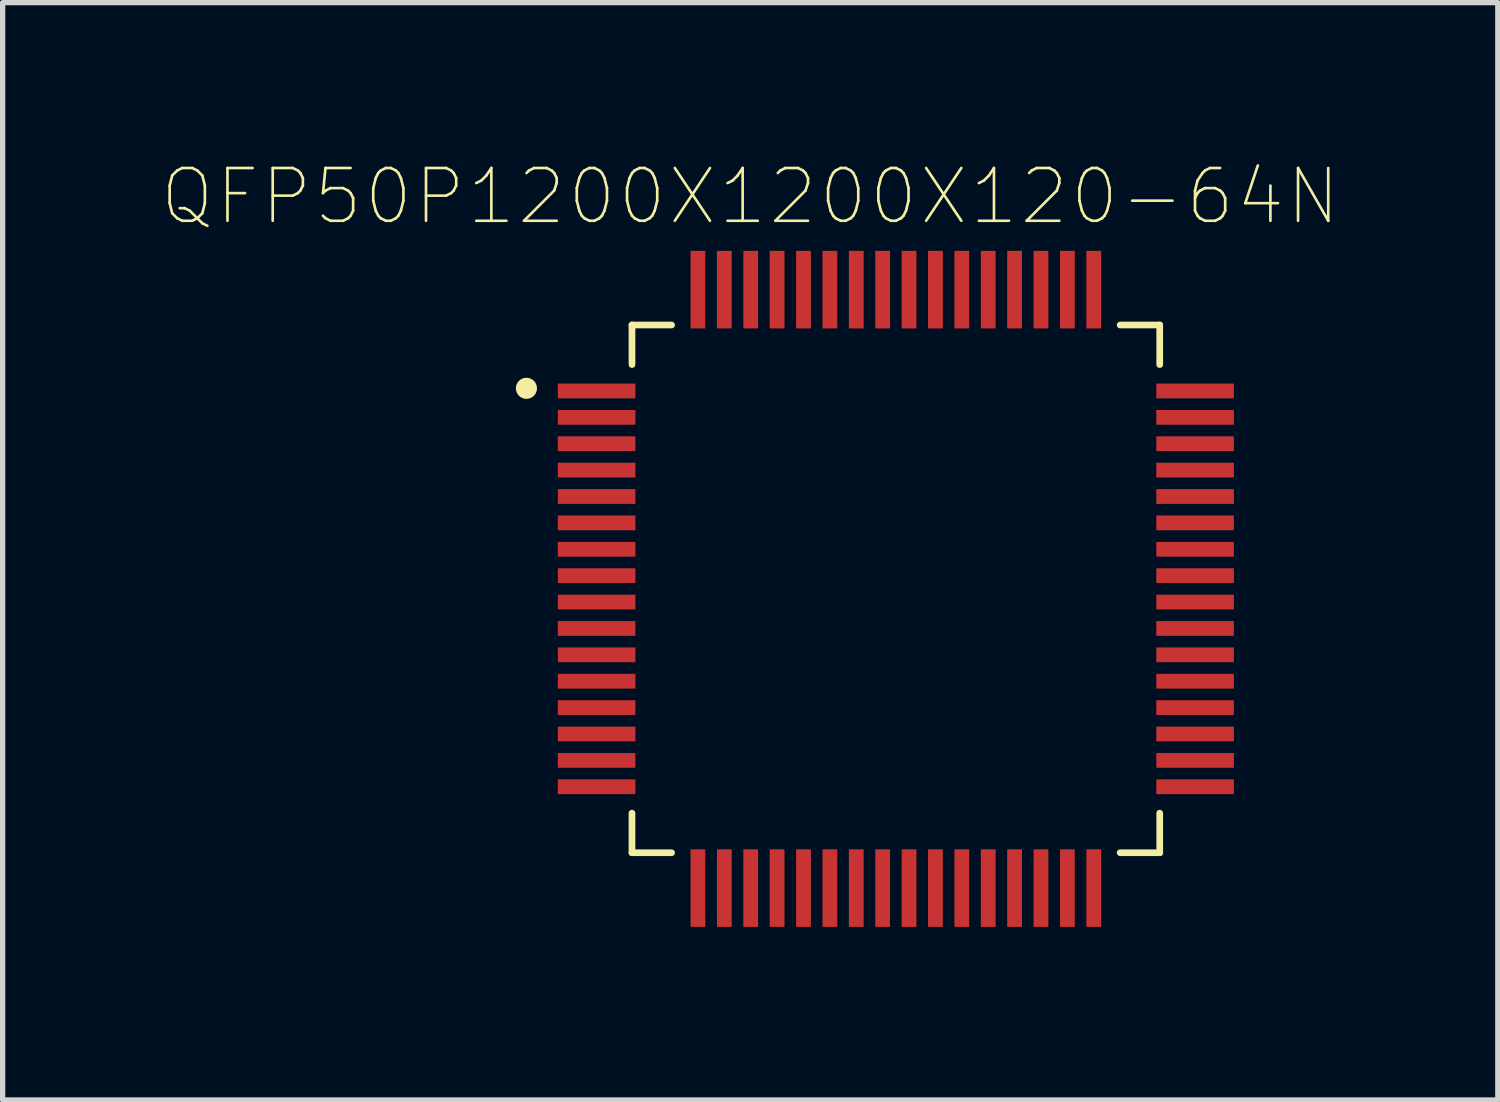
<source format=kicad_pcb>
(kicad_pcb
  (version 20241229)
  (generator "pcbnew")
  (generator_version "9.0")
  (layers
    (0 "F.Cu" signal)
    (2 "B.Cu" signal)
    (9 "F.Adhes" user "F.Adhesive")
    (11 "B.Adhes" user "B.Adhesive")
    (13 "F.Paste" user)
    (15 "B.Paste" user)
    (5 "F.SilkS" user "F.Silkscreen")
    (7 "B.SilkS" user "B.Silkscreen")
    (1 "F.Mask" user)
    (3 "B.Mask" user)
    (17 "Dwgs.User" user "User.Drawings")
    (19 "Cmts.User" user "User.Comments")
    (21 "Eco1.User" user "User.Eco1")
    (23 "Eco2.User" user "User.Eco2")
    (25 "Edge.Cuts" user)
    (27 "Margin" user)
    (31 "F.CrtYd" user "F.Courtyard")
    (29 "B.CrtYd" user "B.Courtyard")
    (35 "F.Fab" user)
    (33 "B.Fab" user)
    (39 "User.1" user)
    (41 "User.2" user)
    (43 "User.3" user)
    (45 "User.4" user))
  (footprint "QFP50P1200X1200X120-64N"
    (layer "F.Cu")
    (at 13.925 8.108)
    (property "Reference" "QFP50P1200X1200X120-64N" (at -2.76 -7.435 0) (layer "F.SilkS") (effects (font (size 1 1) (thickness 0.05))))
    (attr smd)
    (fp_line (start -5 -5) (end -4.25 -5) (stroke (width 0.127) (type solid)) (layer "F.SilkS"))
    (fp_line (start -5 -4.25) (end -5 -5) (stroke (width 0.127) (type solid)) (layer "F.SilkS"))
    (fp_line (start -5 4.25) (end -5 5) (stroke (width 0.127) (type solid)) (layer "F.SilkS"))
    (fp_line (start -5 5) (end -4.25 5) (stroke (width 0.127) (type solid)) (layer "F.SilkS"))
    (fp_line (start 4.25 -5) (end 5 -5) (stroke (width 0.127) (type solid)) (layer "F.SilkS"))
    (fp_line (start 4.25 5) (end 5 5) (stroke (width 0.127) (type solid)) (layer "F.SilkS"))
    (fp_line (start 5 -5) (end 5 -4.25) (stroke (width 0.127) (type solid)) (layer "F.SilkS"))
    (fp_line (start 5 5) (end 5 4.25) (stroke (width 0.127) (type solid)) (layer "F.SilkS"))
    (fp_circle (center -7 -3.8) (end -6.9 -3.8) (stroke (width 0.2) (type solid)) (fill no) (layer "F.SilkS"))
    (fp_line (start -6.66 -4.14) (end -5.25 -4.14) (stroke (width 0.05) (type solid)) (layer "Eco1.User"))
    (fp_line (start -6.66 4.14) (end -6.66 -4.14) (stroke (width 0.05) (type solid)) (layer "Eco1.User"))
    (fp_line (start -5.25 -5.25) (end -4.14 -5.25) (stroke (width 0.05) (type solid)) (layer "Eco1.User"))
    (fp_line (start -5.25 -4.14) (end -5.25 -5.25) (stroke (width 0.05) (type solid)) (layer "Eco1.User"))
    (fp_line (start -5.25 4.14) (end -6.66 4.14) (stroke (width 0.05) (type solid)) (layer "Eco1.User"))
    (fp_line (start -5.25 5.25) (end -5.25 4.14) (stroke (width 0.05) (type solid)) (layer "Eco1.User"))
    (fp_line (start -4.14 -6.66) (end 4.14 -6.66) (stroke (width 0.05) (type solid)) (layer "Eco1.User"))
    (fp_line (start -4.14 -5.25) (end -4.14 -6.66) (stroke (width 0.05) (type solid)) (layer "Eco1.User"))
    (fp_line (start -4.14 5.25) (end -5.25 5.25) (stroke (width 0.05) (type solid)) (layer "Eco1.User"))
    (fp_line (start -4.14 6.66) (end -4.14 5.25) (stroke (width 0.05) (type solid)) (layer "Eco1.User"))
    (fp_line (start 4.14 -6.66) (end 4.14 -5.25) (stroke (width 0.05) (type solid)) (layer "Eco1.User"))
    (fp_line (start 4.14 -5.25) (end 5.25 -5.25) (stroke (width 0.05) (type solid)) (layer "Eco1.User"))
    (fp_line (start 4.14 5.25) (end 4.14 6.66) (stroke (width 0.05) (type solid)) (layer "Eco1.User"))
    (fp_line (start 4.14 6.66) (end -4.14 6.66) (stroke (width 0.05) (type solid)) (layer "Eco1.User"))
    (fp_line (start 5.25 -5.25) (end 5.25 -4.14) (stroke (width 0.05) (type solid)) (layer "Eco1.User"))
    (fp_line (start 5.25 -4.14) (end 6.66 -4.14) (stroke (width 0.05) (type solid)) (layer "Eco1.User"))
    (fp_line (start 5.25 4.14) (end 5.25 5.25) (stroke (width 0.05) (type solid)) (layer "Eco1.User"))
    (fp_line (start 5.25 5.25) (end 4.14 5.25) (stroke (width 0.05) (type solid)) (layer "Eco1.User"))
    (fp_line (start 6.66 -4.14) (end 6.66 4.14) (stroke (width 0.05) (type solid)) (layer "Eco1.User"))
    (fp_line (start 6.66 4.14) (end 5.25 4.14) (stroke (width 0.05) (type solid)) (layer "Eco1.User"))
    (fp_line (start -5 -5) (end 5 -5) (stroke (width 0.127) (type solid)) (layer "Eco2.User"))
    (fp_line (start -5 5) (end -5 -5) (stroke (width 0.127) (type solid)) (layer "Eco2.User"))
    (fp_line (start 5 -5) (end 5 5) (stroke (width 0.127) (type solid)) (layer "Eco2.User"))
    (fp_line (start 5 5) (end -5 5) (stroke (width 0.127) (type solid)) (layer "Eco2.User"))
    (fp_circle (center -7 -3.8) (end -6.9 -3.8) (stroke (width 0.2) (type solid)) (fill no) (layer "Eco2.User"))
    (pad "1" smd rect (at -5.67 -3.75) (size 1.47 0.28) (layers "F.Cu" "F.Mask" "F.Paste"))
    (pad "2" smd rect (at -5.67 -3.25) (size 1.47 0.28) (layers "F.Cu" "F.Mask" "F.Paste"))
    (pad "3" smd rect (at -5.67 -2.75) (size 1.47 0.28) (layers "F.Cu" "F.Mask" "F.Paste"))
    (pad "4" smd rect (at -5.67 -2.25) (size 1.47 0.28) (layers "F.Cu" "F.Mask" "F.Paste"))
    (pad "5" smd rect (at -5.67 -1.75) (size 1.47 0.28) (layers "F.Cu" "F.Mask" "F.Paste"))
    (pad "6" smd rect (at -5.67 -1.25) (size 1.47 0.28) (layers "F.Cu" "F.Mask" "F.Paste"))
    (pad "7" smd rect (at -5.67 -0.75) (size 1.47 0.28) (layers "F.Cu" "F.Mask" "F.Paste"))
    (pad "8" smd rect (at -5.67 -0.25) (size 1.47 0.28) (layers "F.Cu" "F.Mask" "F.Paste"))
    (pad "9" smd rect (at -5.67 0.25) (size 1.47 0.28) (layers "F.Cu" "F.Mask" "F.Paste"))
    (pad "10" smd rect (at -5.67 0.75) (size 1.47 0.28) (layers "F.Cu" "F.Mask" "F.Paste"))
    (pad "11" smd rect (at -5.67 1.25) (size 1.47 0.28) (layers "F.Cu" "F.Mask" "F.Paste"))
    (pad "12" smd rect (at -5.67 1.75) (size 1.47 0.28) (layers "F.Cu" "F.Mask" "F.Paste"))
    (pad "13" smd rect (at -5.67 2.25) (size 1.47 0.28) (layers "F.Cu" "F.Mask" "F.Paste"))
    (pad "14" smd rect (at -5.67 2.75) (size 1.47 0.28) (layers "F.Cu" "F.Mask" "F.Paste"))
    (pad "15" smd rect (at -5.67 3.25) (size 1.47 0.28) (layers "F.Cu" "F.Mask" "F.Paste"))
    (pad "16" smd rect (at -5.67 3.75) (size 1.47 0.28) (layers "F.Cu" "F.Mask" "F.Paste"))
    (pad "17" smd rect (at -3.75 5.67 90) (size 1.47 0.28) (layers "F.Cu" "F.Mask" "F.Paste"))
    (pad "18" smd rect (at -3.25 5.67 90) (size 1.47 0.28) (layers "F.Cu" "F.Mask" "F.Paste"))
    (pad "19" smd rect (at -2.75 5.67 90) (size 1.47 0.28) (layers "F.Cu" "F.Mask" "F.Paste"))
    (pad "20" smd rect (at -2.25 5.67 90) (size 1.47 0.28) (layers "F.Cu" "F.Mask" "F.Paste"))
    (pad "21" smd rect (at -1.75 5.67 90) (size 1.47 0.28) (layers "F.Cu" "F.Mask" "F.Paste"))
    (pad "22" smd rect (at -1.25 5.67 90) (size 1.47 0.28) (layers "F.Cu" "F.Mask" "F.Paste"))
    (pad "23" smd rect (at -0.75 5.67 90) (size 1.47 0.28) (layers "F.Cu" "F.Mask" "F.Paste"))
    (pad "24" smd rect (at -0.25 5.67 90) (size 1.47 0.28) (layers "F.Cu" "F.Mask" "F.Paste"))
    (pad "25" smd rect (at 0.25 5.67 90) (size 1.47 0.28) (layers "F.Cu" "F.Mask" "F.Paste"))
    (pad "26" smd rect (at 0.75 5.67 90) (size 1.47 0.28) (layers "F.Cu" "F.Mask" "F.Paste"))
    (pad "27" smd rect (at 1.25 5.67 90) (size 1.47 0.28) (layers "F.Cu" "F.Mask" "F.Paste"))
    (pad "28" smd rect (at 1.75 5.67 90) (size 1.47 0.28) (layers "F.Cu" "F.Mask" "F.Paste"))
    (pad "29" smd rect (at 2.25 5.67 90) (size 1.47 0.28) (layers "F.Cu" "F.Mask" "F.Paste"))
    (pad "30" smd rect (at 2.75 5.67 90) (size 1.47 0.28) (layers "F.Cu" "F.Mask" "F.Paste"))
    (pad "31" smd rect (at 3.25 5.67 90) (size 1.47 0.28) (layers "F.Cu" "F.Mask" "F.Paste"))
    (pad "32" smd rect (at 3.75 5.67 90) (size 1.47 0.28) (layers "F.Cu" "F.Mask" "F.Paste"))
    (pad "33" smd rect (at 5.67 3.75 180) (size 1.47 0.28) (layers "F.Cu" "F.Mask" "F.Paste"))
    (pad "34" smd rect (at 5.67 3.25 180) (size 1.47 0.28) (layers "F.Cu" "F.Mask" "F.Paste"))
    (pad "35" smd rect (at 5.67 2.75 180) (size 1.47 0.28) (layers "F.Cu" "F.Mask" "F.Paste"))
    (pad "36" smd rect (at 5.67 2.25 180) (size 1.47 0.28) (layers "F.Cu" "F.Mask" "F.Paste"))
    (pad "37" smd rect (at 5.67 1.75 180) (size 1.47 0.28) (layers "F.Cu" "F.Mask" "F.Paste"))
    (pad "38" smd rect (at 5.67 1.25 180) (size 1.47 0.28) (layers "F.Cu" "F.Mask" "F.Paste"))
    (pad "39" smd rect (at 5.67 0.75 180) (size 1.47 0.28) (layers "F.Cu" "F.Mask" "F.Paste"))
    (pad "40" smd rect (at 5.67 0.25 180) (size 1.47 0.28) (layers "F.Cu" "F.Mask" "F.Paste"))
    (pad "41" smd rect (at 5.67 -0.25 180) (size 1.47 0.28) (layers "F.Cu" "F.Mask" "F.Paste"))
    (pad "42" smd rect (at 5.67 -0.75 180) (size 1.47 0.28) (layers "F.Cu" "F.Mask" "F.Paste"))
    (pad "43" smd rect (at 5.67 -1.25 180) (size 1.47 0.28) (layers "F.Cu" "F.Mask" "F.Paste"))
    (pad "44" smd rect (at 5.67 -1.75 180) (size 1.47 0.28) (layers "F.Cu" "F.Mask" "F.Paste"))
    (pad "45" smd rect (at 5.67 -2.25 180) (size 1.47 0.28) (layers "F.Cu" "F.Mask" "F.Paste"))
    (pad "46" smd rect (at 5.67 -2.75 180) (size 1.47 0.28) (layers "F.Cu" "F.Mask" "F.Paste"))
    (pad "47" smd rect (at 5.67 -3.25 180) (size 1.47 0.28) (layers "F.Cu" "F.Mask" "F.Paste"))
    (pad "48" smd rect (at 5.67 -3.75 180) (size 1.47 0.28) (layers "F.Cu" "F.Mask" "F.Paste"))
    (pad "49" smd rect (at 3.75 -5.67 270) (size 1.47 0.28) (layers "F.Cu" "F.Mask" "F.Paste"))
    (pad "50" smd rect (at 3.25 -5.67 270) (size 1.47 0.28) (layers "F.Cu" "F.Mask" "F.Paste"))
    (pad "51" smd rect (at 2.75 -5.67 270) (size 1.47 0.28) (layers "F.Cu" "F.Mask" "F.Paste"))
    (pad "52" smd rect (at 2.25 -5.67 270) (size 1.47 0.28) (layers "F.Cu" "F.Mask" "F.Paste"))
    (pad "53" smd rect (at 1.75 -5.67 270) (size 1.47 0.28) (layers "F.Cu" "F.Mask" "F.Paste"))
    (pad "54" smd rect (at 1.25 -5.67 270) (size 1.47 0.28) (layers "F.Cu" "F.Mask" "F.Paste"))
    (pad "55" smd rect (at 0.75 -5.67 270) (size 1.47 0.28) (layers "F.Cu" "F.Mask" "F.Paste"))
    (pad "56" smd rect (at 0.25 -5.67 270) (size 1.47 0.28) (layers "F.Cu" "F.Mask" "F.Paste"))
    (pad "57" smd rect (at -0.25 -5.67 270) (size 1.47 0.28) (layers "F.Cu" "F.Mask" "F.Paste"))
    (pad "58" smd rect (at -0.75 -5.67 270) (size 1.47 0.28) (layers "F.Cu" "F.Mask" "F.Paste"))
    (pad "59" smd rect (at -1.25 -5.67 270) (size 1.47 0.28) (layers "F.Cu" "F.Mask" "F.Paste"))
    (pad "60" smd rect (at -1.75 -5.67 270) (size 1.47 0.28) (layers "F.Cu" "F.Mask" "F.Paste"))
    (pad "61" smd rect (at -2.25 -5.67 270) (size 1.47 0.28) (layers "F.Cu" "F.Mask" "F.Paste"))
    (pad "62" smd rect (at -2.75 -5.67 270) (size 1.47 0.28) (layers "F.Cu" "F.Mask" "F.Paste"))
    (pad "63" smd rect (at -3.25 -5.67 270) (size 1.47 0.28) (layers "F.Cu" "F.Mask" "F.Paste"))
    (pad "64" smd rect (at -3.75 -5.67 270) (size 1.47 0.28) (layers "F.Cu" "F.Mask" "F.Paste")))
  (gr_rect
    (start -3 -3)
    (end 25.331 17.793)
    (stroke (width 0.1) (type default))
    (fill no)
    (layer "Edge.Cuts")))
</source>
